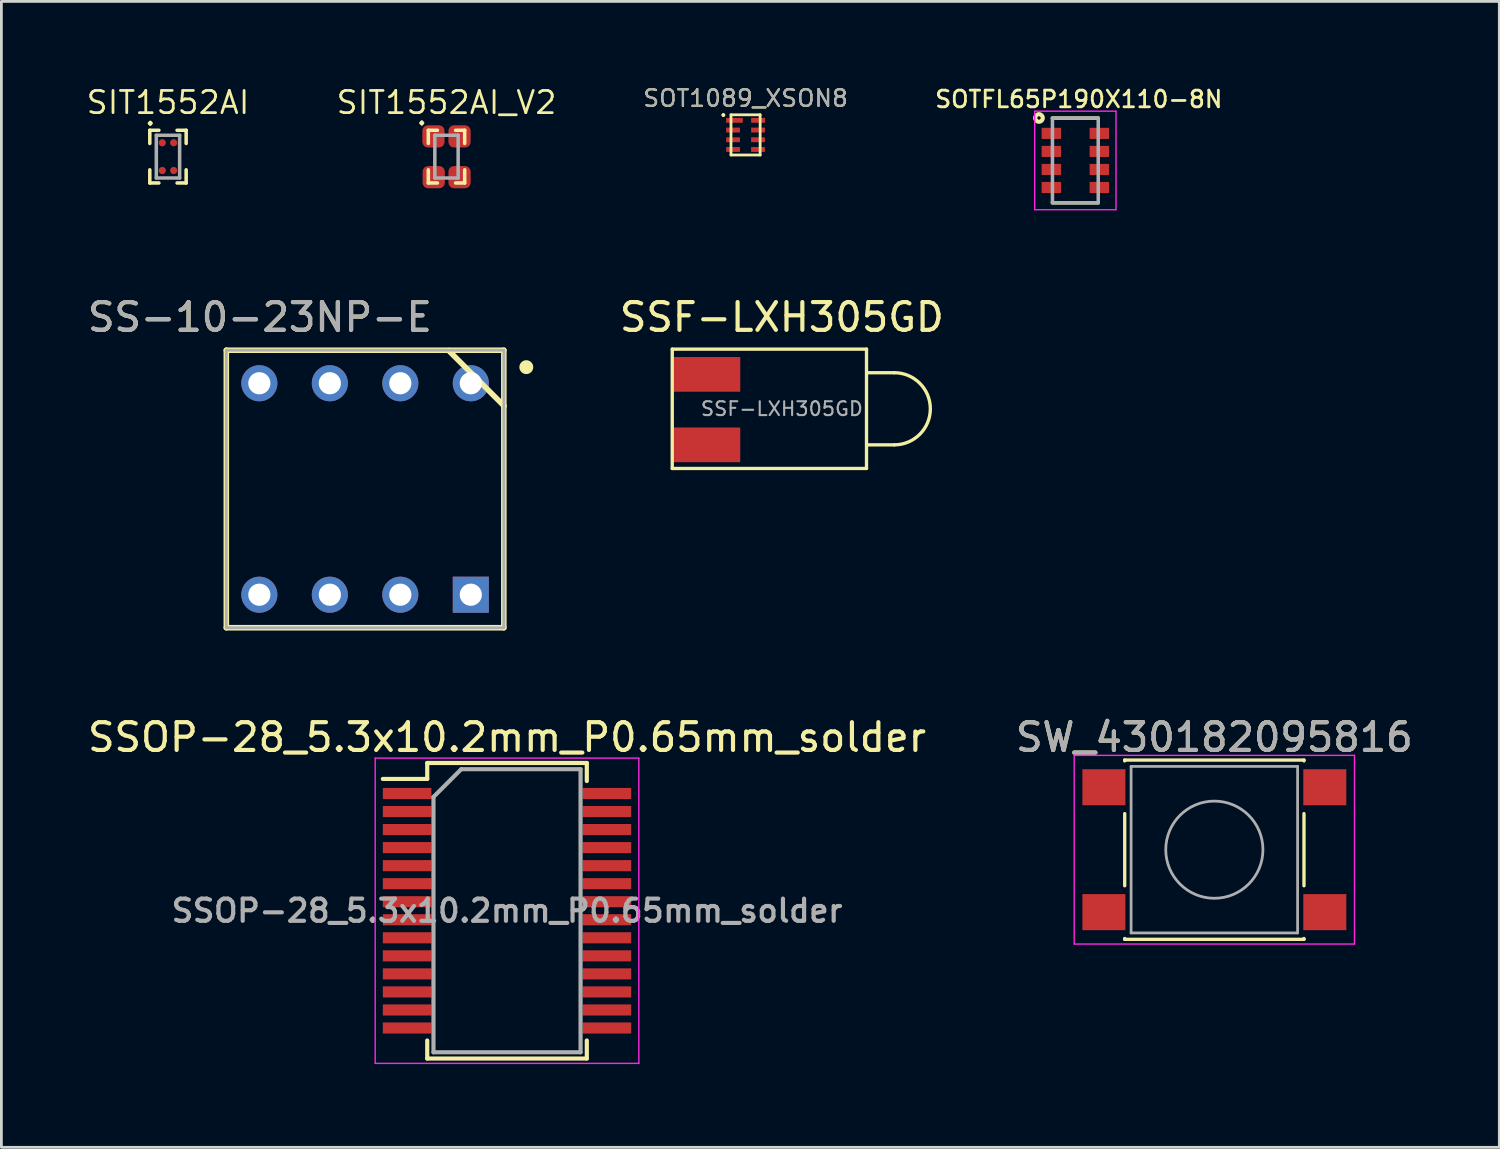
<source format=kicad_pcb>
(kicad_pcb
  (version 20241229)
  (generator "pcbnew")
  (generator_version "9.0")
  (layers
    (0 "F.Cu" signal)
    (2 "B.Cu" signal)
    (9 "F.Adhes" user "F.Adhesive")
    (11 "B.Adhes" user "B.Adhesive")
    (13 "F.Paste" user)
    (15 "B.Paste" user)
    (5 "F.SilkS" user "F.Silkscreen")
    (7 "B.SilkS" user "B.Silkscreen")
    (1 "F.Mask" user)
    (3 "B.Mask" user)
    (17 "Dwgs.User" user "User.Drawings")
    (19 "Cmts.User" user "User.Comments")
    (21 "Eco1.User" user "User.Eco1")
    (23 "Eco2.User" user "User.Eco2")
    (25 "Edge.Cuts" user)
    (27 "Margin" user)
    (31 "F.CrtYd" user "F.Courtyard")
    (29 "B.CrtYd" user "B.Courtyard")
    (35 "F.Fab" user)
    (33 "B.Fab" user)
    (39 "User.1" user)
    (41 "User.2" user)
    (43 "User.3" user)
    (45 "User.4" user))
  (footprint "SSF-LXH305GD"
    (layer "F.Cu")
    (at 25.124 11.68)
    (property "Reference" "SSF-LXH305GD" (at 0 -3.3 0) (layer "F.SilkS") (effects (font (size 1 1) (thickness 0.15))))
    (attr smd)
    (fp_line (start -3.95 -2.15) (end 3.05 -2.15) (stroke (width 0.12) (type solid)) (layer "F.SilkS"))
    (fp_line (start -3.95 2.15) (end -3.95 -2.15) (stroke (width 0.12) (type solid)) (layer "F.SilkS"))
    (fp_line (start -3.95 2.15) (end 3.05 2.15) (stroke (width 0.12) (type solid)) (layer "F.SilkS"))
    (fp_line (start 3.05 2.15) (end 3.05 -2.15) (stroke (width 0.12) (type solid)) (layer "F.SilkS"))
    (fp_line (start 4.05 -1.3) (end 3.1 -1.3) (stroke (width 0.12) (type solid)) (layer "F.SilkS"))
    (fp_line (start 4.05 1.3) (end 3.1 1.3) (stroke (width 0.12) (type solid)) (layer "F.SilkS"))
    (fp_arc (start 4.05 -1.3) (mid 5.35 0) (end 4.05 1.3) (stroke (width 0.12) (type solid)) (layer "F.SilkS"))
    (fp_text user "${REFERENCE}" (at 0 0 0) (layer "F.Fab") (effects (font (size 0.5 0.5) (thickness 0.075))))
    (pad "1" smd rect (at -2.7 -1.24 90) (size 1.25 2.4) (layers "F.Cu" "F.Mask" "F.Paste"))
    (pad "2" smd rect (at -2.7 1.3) (size 2.4 1.25) (layers "F.Cu" "F.Mask" "F.Paste")))
  (footprint "SW_430182095816"
    (layer "F.Cu")
    (at 40.708 27.568)
    (property "Reference" "SW_430182095816" (at 0 -4.05 0) (layer "F.SilkS") (effects (font (size 1 1) (thickness 0.15))))
    (attr smd)
    (fp_line (start -3.23 -3.23) (end 3.23 -3.23) (stroke (width 0.12) (type solid)) (layer "F.SilkS"))
    (fp_line (start -3.23 -3.2) (end -3.23 -3.23) (stroke (width 0.12) (type solid)) (layer "F.SilkS"))
    (fp_line (start -3.23 -1.3) (end -3.23 1.3) (stroke (width 0.12) (type solid)) (layer "F.SilkS"))
    (fp_line (start -3.23 3.23) (end -3.23 3.2) (stroke (width 0.12) (type solid)) (layer "F.SilkS"))
    (fp_line (start -3.23 3.23) (end 3.23 3.23) (stroke (width 0.12) (type solid)) (layer "F.SilkS"))
    (fp_line (start 3.23 -3.23) (end 3.23 -3.2) (stroke (width 0.12) (type solid)) (layer "F.SilkS"))
    (fp_line (start 3.23 -1.3) (end 3.23 1.3) (stroke (width 0.12) (type solid)) (layer "F.SilkS"))
    (fp_line (start 3.23 3.23) (end 3.23 3.2) (stroke (width 0.12) (type solid)) (layer "F.SilkS"))
    (fp_line (start -5.05 -3.4) (end -5.05 3.4) (stroke (width 0.05) (type solid)) (layer "F.CrtYd"))
    (fp_line (start -5.05 -3.4) (end 5.05 -3.4) (stroke (width 0.05) (type solid)) (layer "F.CrtYd"))
    (fp_line (start -5.05 3.4) (end 5.05 3.4) (stroke (width 0.05) (type solid)) (layer "F.CrtYd"))
    (fp_line (start 5.05 3.4) (end 5.05 -3.4) (stroke (width 0.05) (type solid)) (layer "F.CrtYd"))
    (fp_line (start -3 -3) (end -3 3) (stroke (width 0.1) (type solid)) (layer "F.Fab"))
    (fp_line (start -3 3) (end 3 3) (stroke (width 0.1) (type solid)) (layer "F.Fab"))
    (fp_line (start 3 -3) (end -3 -3) (stroke (width 0.1) (type solid)) (layer "F.Fab"))
    (fp_line (start 3 3) (end 3 -3) (stroke (width 0.1) (type solid)) (layer "F.Fab"))
    (fp_circle (center 0 0) (end 1.75 -0.05) (stroke (width 0.1) (type solid)) (fill no) (layer "F.Fab"))
    (fp_text user "${REFERENCE}" (at 0 -4.05 0) (layer "F.Fab") (effects (font (size 1 1) (thickness 0.15))))
    (pad "1" smd rect (at -3.98 -2.25) (size 1.55 1.3) (layers "F.Cu" "F.Mask" "F.Paste"))
    (pad "2" smd rect (at -3.98 2.25) (size 1.55 1.3) (layers "F.Cu" "F.Mask" "F.Paste"))
    (pad "3" smd rect (at 3.98 -2.25) (size 1.55 1.3) (layers "F.Cu" "F.Mask" "F.Paste"))
    (pad "4" smd rect (at 3.98 2.25) (size 1.55 1.3) (layers "F.Cu" "F.Mask" "F.Paste")))
  (footprint "SOTFL65P190X110-8N"
    (layer "F.Cu")
    (at 35.699 2.731)
    (property "Reference" "SOTFL65P190X110-8N" (at 0.124 -2.205 0) (layer "F.SilkS") (effects (font (size 0.6 0.6) (thickness 0.1))))
    (attr through_hole)
    (fp_line (start -0.825 -1.525) (end 0.825 -1.525) (stroke (width 0.127) (type solid)) (layer "F.SilkS"))
    (fp_line (start -0.825 1.525) (end 0.825 1.525) (stroke (width 0.127) (type solid)) (layer "F.SilkS"))
    (fp_circle (center -1.31 -1.53) (end -1.25 -1.52) (stroke (width 0.15) (type solid)) (fill no) (layer "F.SilkS"))
    (fp_line (start -1.465 -1.775) (end 1.465 -1.775) (stroke (width 0.05) (type solid)) (layer "F.CrtYd"))
    (fp_line (start -1.465 1.775) (end -1.465 -1.775) (stroke (width 0.05) (type solid)) (layer "F.CrtYd"))
    (fp_line (start 1.465 -1.775) (end 1.465 1.775) (stroke (width 0.05) (type solid)) (layer "F.CrtYd"))
    (fp_line (start 1.465 1.775) (end -1.465 1.775) (stroke (width 0.05) (type solid)) (layer "F.CrtYd"))
    (fp_line (start -0.825 -1.525) (end 0.825 -1.525) (stroke (width 0.127) (type solid)) (layer "F.Fab"))
    (fp_line (start -0.825 1.525) (end -0.825 -1.525) (stroke (width 0.127) (type solid)) (layer "F.Fab"))
    (fp_line (start 0.825 -1.525) (end 0.825 1.525) (stroke (width 0.127) (type solid)) (layer "F.Fab"))
    (fp_line (start 0.825 1.525) (end -0.825 1.525) (stroke (width 0.127) (type solid)) (layer "F.Fab"))
    (pad "1" smd rect (at -0.865 -0.975) (size 0.7 0.4) (layers "F.Cu" "F.Mask" "F.Paste"))
    (pad "2" smd rect (at -0.865 -0.325) (size 0.7 0.4) (layers "F.Cu" "F.Mask" "F.Paste"))
    (pad "3" smd rect (at -0.865 0.325) (size 0.7 0.4) (layers "F.Cu" "F.Mask" "F.Paste"))
    (pad "4" smd rect (at -0.865 0.975) (size 0.7 0.4) (layers "F.Cu" "F.Mask" "F.Paste"))
    (pad "5" smd rect (at 0.865 0.975) (size 0.7 0.4) (layers "F.Cu" "F.Mask" "F.Paste"))
    (pad "6" smd rect (at 0.865 0.325) (size 0.7 0.4) (layers "F.Cu" "F.Mask" "F.Paste"))
    (pad "7" smd rect (at 0.865 -0.325) (size 0.7 0.4) (layers "F.Cu" "F.Mask" "F.Paste"))
    (pad "8" smd rect (at 0.865 -0.975) (size 0.7 0.4) (layers "F.Cu" "F.Mask" "F.Paste")))
  (footprint "SOT1089_XSON8"
    (layer "F.Cu")
    (at 23.816 1.811)
    (property "Reference" "SOT1089_XSON8" (at 0 -1.32 0) (layer "F.SilkS") (effects (font (size 0.6 0.6) (thickness 0.08))))
    (attr smd)
    (fp_line (start -0.525 -0.725) (end -0.525 0.725) (stroke (width 0.1) (type solid)) (layer "F.SilkS"))
    (fp_line (start -0.525 0.725) (end 0.525 0.725) (stroke (width 0.1) (type solid)) (layer "F.SilkS"))
    (fp_line (start 0.525 -0.725) (end -0.525 -0.725) (stroke (width 0.1) (type solid)) (layer "F.SilkS"))
    (fp_line (start 0.525 0.725) (end 0.525 -0.725) (stroke (width 0.1) (type solid)) (layer "F.SilkS"))
    (fp_text user "." (at -0.8 -0.96 0) (unlocked yes) (layer "F.SilkS") (effects (font (size 0.6 0.6) (thickness 0.08))))
    (fp_text user "${REFERENCE}" (at 0 -1.32 0) (layer "F.Fab") (effects (font (size 0.6 0.6) (thickness 0.08))))
    (pad "1" smd rect (at -0.4 -0.525 90) (size 0.175 0.6) (layers "F.Cu" "F.Mask" "F.Paste"))
    (pad "2" smd rect (at -0.45 -0.175 90) (size 0.175 0.5) (layers "F.Cu" "F.Mask" "F.Paste"))
    (pad "3" smd rect (at -0.45 0.175 90) (size 0.175 0.5) (layers "F.Cu" "F.Mask" "F.Paste"))
    (pad "4" smd rect (at -0.45 0.525 90) (size 0.175 0.5) (layers "F.Cu" "F.Mask" "F.Paste"))
    (pad "5" smd rect (at 0.45 0.525 90) (size 0.175 0.5) (layers "F.Cu" "F.Mask" "F.Paste"))
    (pad "6" smd rect (at 0.45 0.175 90) (size 0.175 0.5) (layers "F.Cu" "F.Mask" "F.Paste"))
    (pad "7" smd rect (at 0.45 -0.175 90) (size 0.175 0.5) (layers "F.Cu" "F.Mask" "F.Paste"))
    (pad "8" smd rect (at 0.45 -0.525 90) (size 0.175 0.5) (layers "F.Cu" "F.Mask" "F.Paste")))
  (footprint "SIT1552AI"
    (layer "F.Cu")
    (at 3.003 2.594)
    (property "Reference" "SIT1552AI" (at 0 -1.95 0) (layer "F.SilkS") (effects (font (size 0.8 0.8) (thickness 0.1))))
    (attr smd)
    (fp_circle (center -0.205 -0.5) (end -0.09 -0.5) (stroke (width 0.12) (type solid)) (fill yes) (layer "F.Mask"))
    (fp_circle (center -0.205 0.5) (end -0.09 0.5) (stroke (width 0.12) (type solid)) (fill yes) (layer "F.Mask"))
    (fp_circle (center 0.205 -0.5) (end 0.32 -0.5) (stroke (width 0.12) (type solid)) (fill yes) (layer "F.Mask"))
    (fp_circle (center 0.205 0.5) (end 0.32 0.5) (stroke (width 0.12) (type solid)) (fill yes) (layer "F.Mask"))
    (fp_line (start -0.655 -0.95) (end -0.655 -0.475) (stroke (width 0.127) (type solid)) (layer "F.SilkS"))
    (fp_line (start -0.655 -0.95) (end -0.328 -0.95) (stroke (width 0.127) (type solid)) (layer "F.SilkS"))
    (fp_line (start -0.655 0.95) (end -0.655 0.475) (stroke (width 0.127) (type solid)) (layer "F.SilkS"))
    (fp_line (start -0.655 0.95) (end -0.328 0.95) (stroke (width 0.127) (type solid)) (layer "F.SilkS"))
    (fp_line (start 0.655 -0.95) (end 0.328 -0.95) (stroke (width 0.127) (type solid)) (layer "F.SilkS"))
    (fp_line (start 0.655 -0.95) (end 0.655 -0.475) (stroke (width 0.127) (type solid)) (layer "F.SilkS"))
    (fp_line (start 0.655 0.95) (end 0.328 0.95) (stroke (width 0.127) (type solid)) (layer "F.SilkS"))
    (fp_line (start 0.655 0.95) (end 0.655 0.475) (stroke (width 0.127) (type solid)) (layer "F.SilkS"))
    (fp_line (start -0.42 -0.77) (end 0.42 -0.77) (stroke (width 0.127) (type solid)) (layer "F.Fab"))
    (fp_line (start -0.42 0.77) (end -0.42 -0.77) (stroke (width 0.127) (type solid)) (layer "F.Fab"))
    (fp_line (start -0.42 0.77) (end 0.42 0.77) (stroke (width 0.127) (type solid)) (layer "F.Fab"))
    (fp_line (start 0.42 0.77) (end 0.42 -0.77) (stroke (width 0.127) (type solid)) (layer "F.Fab"))
    (fp_text user "." (at -0.64 -1.53 0) (unlocked yes) (layer "F.SilkS") (effects (font (size 0.8 0.8) (thickness 0.1))))
    (pad "1" smd circle (at -0.205 -0.5 270) (size 0.26 0.26) (layers "F.Cu" "F.Mask" "F.Paste"))
    (pad "2" smd circle (at -0.205 0.5 270) (size 0.26 0.26) (layers "F.Cu" "F.Mask" "F.Paste"))
    (pad "3" smd circle (at 0.205 0.5 270) (size 0.26 0.26) (layers "F.Cu" "F.Mask" "F.Paste"))
    (pad "4" smd circle (at 0.205 -0.5 270) (size 0.26 0.26) (layers "F.Cu" "F.Mask" "F.Paste")))
  (footprint "SSOP-28_5.3x10.2mm_P0.65mm_solder"
    (layer "F.Cu")
    (at 15.22 29.768)
    (property "Reference" "SSOP-28_5.3x10.2mm_P0.65mm_solder" (at 0 -6.25 0) (layer "F.SilkS") (effects (font (size 1 1) (thickness 0.15))))
    (attr smd)
    (fp_line (start -2.875 -5.325) (end -2.875 -4.75) (stroke (width 0.15) (type solid)) (layer "F.SilkS"))
    (fp_line (start -2.875 -5.325) (end 2.875 -5.325) (stroke (width 0.15) (type solid)) (layer "F.SilkS"))
    (fp_line (start -2.875 -4.75) (end -4.475 -4.75) (stroke (width 0.15) (type solid)) (layer "F.SilkS"))
    (fp_line (start -2.875 5.325) (end -2.875 4.675) (stroke (width 0.15) (type solid)) (layer "F.SilkS"))
    (fp_line (start -2.875 5.325) (end 2.875 5.325) (stroke (width 0.15) (type solid)) (layer "F.SilkS"))
    (fp_line (start 2.875 -5.325) (end 2.875 -4.675) (stroke (width 0.15) (type solid)) (layer "F.SilkS"))
    (fp_line (start 2.875 5.325) (end 2.875 4.675) (stroke (width 0.15) (type solid)) (layer "F.SilkS"))
    (fp_line (start -4.75 -5.5) (end -4.75 5.5) (stroke (width 0.05) (type solid)) (layer "F.CrtYd"))
    (fp_line (start -4.75 -5.5) (end 4.75 -5.5) (stroke (width 0.05) (type solid)) (layer "F.CrtYd"))
    (fp_line (start -4.75 5.5) (end 4.75 5.5) (stroke (width 0.05) (type solid)) (layer "F.CrtYd"))
    (fp_line (start 4.75 -5.5) (end 4.75 5.5) (stroke (width 0.05) (type solid)) (layer "F.CrtYd"))
    (fp_line (start -2.65 -4.1) (end -1.65 -5.1) (stroke (width 0.15) (type solid)) (layer "F.Fab"))
    (fp_line (start -2.65 5.1) (end -2.65 -4.1) (stroke (width 0.15) (type solid)) (layer "F.Fab"))
    (fp_line (start -1.65 -5.1) (end 2.65 -5.1) (stroke (width 0.15) (type solid)) (layer "F.Fab"))
    (fp_line (start 2.65 -5.1) (end 2.65 5.1) (stroke (width 0.15) (type solid)) (layer "F.Fab"))
    (fp_line (start 2.65 5.1) (end -2.65 5.1) (stroke (width 0.15) (type solid)) (layer "F.Fab"))
    (fp_text user "${REFERENCE}" (at 0 0 0) (layer "F.Fab") (effects (font (size 0.8 0.8) (thickness 0.15))))
    (pad "1" smd rect (at -3.6 -4.225) (size 1.75 0.4) (layers "F.Cu" "F.Mask" "F.Paste"))
    (pad "2" smd rect (at -3.6 -3.575) (size 1.75 0.4) (layers "F.Cu" "F.Mask" "F.Paste"))
    (pad "3" smd rect (at -3.6 -2.925) (size 1.75 0.4) (layers "F.Cu" "F.Mask" "F.Paste"))
    (pad "4" smd rect (at -3.6 -2.275) (size 1.75 0.4) (layers "F.Cu" "F.Mask" "F.Paste"))
    (pad "5" smd rect (at -3.6 -1.625) (size 1.75 0.4) (layers "F.Cu" "F.Mask" "F.Paste"))
    (pad "6" smd rect (at -3.6 -0.975) (size 1.75 0.4) (layers "F.Cu" "F.Mask" "F.Paste"))
    (pad "7" smd rect (at -3.6 -0.325) (size 1.75 0.4) (layers "F.Cu" "F.Mask" "F.Paste"))
    (pad "8" smd rect (at -3.6 0.325) (size 1.75 0.4) (layers "F.Cu" "F.Mask" "F.Paste"))
    (pad "9" smd rect (at -3.6 0.975) (size 1.75 0.4) (layers "F.Cu" "F.Mask" "F.Paste"))
    (pad "10" smd rect (at -3.6 1.625) (size 1.75 0.4) (layers "F.Cu" "F.Mask" "F.Paste"))
    (pad "11" smd rect (at -3.6 2.275) (size 1.75 0.4) (layers "F.Cu" "F.Mask" "F.Paste"))
    (pad "12" smd rect (at -3.6 2.925) (size 1.75 0.4) (layers "F.Cu" "F.Mask" "F.Paste"))
    (pad "13" smd rect (at -3.6 3.575) (size 1.75 0.4) (layers "F.Cu" "F.Mask" "F.Paste"))
    (pad "14" smd rect (at -3.6 4.225) (size 1.75 0.4) (layers "F.Cu" "F.Mask" "F.Paste"))
    (pad "15" smd rect (at 3.6 4.225) (size 1.75 0.4) (layers "F.Cu" "F.Mask" "F.Paste"))
    (pad "16" smd rect (at 3.6 3.575) (size 1.75 0.4) (layers "F.Cu" "F.Mask" "F.Paste"))
    (pad "17" smd rect (at 3.6 2.925) (size 1.75 0.4) (layers "F.Cu" "F.Mask" "F.Paste"))
    (pad "18" smd rect (at 3.6 2.275) (size 1.75 0.4) (layers "F.Cu" "F.Mask" "F.Paste"))
    (pad "19" smd rect (at 3.6 1.625) (size 1.75 0.4) (layers "F.Cu" "F.Mask" "F.Paste"))
    (pad "20" smd rect (at 3.6 0.975) (size 1.75 0.4) (layers "F.Cu" "F.Mask" "F.Paste"))
    (pad "21" smd rect (at 3.6 0.325) (size 1.75 0.4) (layers "F.Cu" "F.Mask" "F.Paste"))
    (pad "22" smd rect (at 3.6 -0.325) (size 1.75 0.4) (layers "F.Cu" "F.Mask" "F.Paste"))
    (pad "23" smd rect (at 3.6 -0.975) (size 1.75 0.4) (layers "F.Cu" "F.Mask" "F.Paste"))
    (pad "24" smd rect (at 3.6 -1.625) (size 1.75 0.4) (layers "F.Cu" "F.Mask" "F.Paste"))
    (pad "25" smd rect (at 3.6 -2.275) (size 1.75 0.4) (layers "F.Cu" "F.Mask" "F.Paste"))
    (pad "26" smd rect (at 3.6 -2.925) (size 1.75 0.4) (layers "F.Cu" "F.Mask" "F.Paste"))
    (pad "27" smd rect (at 3.6 -3.575) (size 1.75 0.4) (layers "F.Cu" "F.Mask" "F.Paste"))
    (pad "28" smd rect (at 3.6 -4.225) (size 1.75 0.4) (layers "F.Cu" "F.Mask" "F.Paste")))
  (footprint "SS-10-23NP-E"
    (layer "F.Cu")
    (at 13.915 18.38)
    (property "Reference" "SS-10-23NP-E" (at -7.6 -10 0) (layer "F.SilkS") (effects (font (size 1 1) (thickness 0.15))))
    (attr through_hole)
    (fp_line (start -8.81 -8.81) (end -8.81 1.19) (stroke (width 0.2) (type solid)) (layer "F.SilkS"))
    (fp_line (start -8.81 1.19) (end 1.19 1.19) (stroke (width 0.2) (type solid)) (layer "F.SilkS"))
    (fp_line (start -0.8 -8.8) (end 1.2 -6.8) (stroke (width 0.2) (type solid)) (layer "F.SilkS"))
    (fp_line (start 1.19 -8.81) (end -8.81 -8.81) (stroke (width 0.2) (type solid)) (layer "F.SilkS"))
    (fp_line (start 1.19 1.19) (end 1.19 -8.81) (stroke (width 0.2) (type solid)) (layer "F.SilkS"))
    (fp_line (start 2 -8.2) (end 2 -8.2) (stroke (width 0.5) (type solid)) (layer "F.SilkS"))
    (fp_line (start -8.81 -8.81) (end -8.81 1.19) (stroke (width 0.1) (type solid)) (layer "F.Fab"))
    (fp_line (start -8.81 1.19) (end 1.19 1.19) (stroke (width 0.1) (type solid)) (layer "F.Fab"))
    (fp_line (start 1.19 -8.81) (end -8.81 -8.81) (stroke (width 0.1) (type solid)) (layer "F.Fab"))
    (fp_line (start 1.19 1.19) (end 1.19 -8.81) (stroke (width 0.1) (type solid)) (layer "F.Fab"))
    (fp_text user "${REFERENCE}" (at -7.6 -10 0) (layer "F.Fab") (effects (font (size 1 1) (thickness 0.15))))
    (pad "A1" thru_hole rect (at 0 0) (size 1.3 1.3) (drill 0.8) (layers "*.Cu" "*.Mask"))
    (pad "A2" thru_hole circle (at -5.08 0) (size 1.3 1.3) (drill 0.8) (layers "*.Cu" "*.Mask"))
    (pad "A3" thru_hole circle (at -7.62 0) (size 1.3 1.3) (drill 0.8) (layers "*.Cu" "*.Mask"))
    (pad "B1" thru_hole circle (at -7.62 -7.62) (size 1.3 1.3) (drill 0.8) (layers "*.Cu" "*.Mask"))
    (pad "B2" thru_hole circle (at -2.54 -7.62) (size 1.3 1.3) (drill 0.8) (layers "*.Cu" "*.Mask"))
    (pad "B3" thru_hole circle (at 0 -7.62) (size 1.3 1.3) (drill 0.8) (layers "*.Cu" "*.Mask"))
    (pad "C1" thru_hole circle (at -2.54 0) (size 1.3 1.3) (drill 0.8) (layers "*.Cu" "*.Mask"))
    (pad "C2" thru_hole circle (at -5.08 -7.62) (size 1.3 1.3) (drill 0.8) (layers "*.Cu" "*.Mask")))
  (footprint "SIT1552AI_V2"
    (layer "F.Cu")
    (at 13.039 2.594)
    (property "Reference" "SIT1552AI_V2" (at 0 -1.95 0) (layer "F.SilkS") (effects (font (size 0.8 0.8) (thickness 0.1))))
    (attr smd)
    (fp_line (start -0.655 -0.95) (end -0.655 -0.475) (stroke (width 0.127) (type solid)) (layer "F.SilkS"))
    (fp_line (start -0.655 -0.95) (end -0.328 -0.95) (stroke (width 0.127) (type solid)) (layer "F.SilkS"))
    (fp_line (start -0.655 0.95) (end -0.655 0.475) (stroke (width 0.127) (type solid)) (layer "F.SilkS"))
    (fp_line (start -0.655 0.95) (end -0.328 0.95) (stroke (width 0.127) (type solid)) (layer "F.SilkS"))
    (fp_line (start 0.655 -0.95) (end 0.328 -0.95) (stroke (width 0.127) (type solid)) (layer "F.SilkS"))
    (fp_line (start 0.655 -0.95) (end 0.655 -0.475) (stroke (width 0.127) (type solid)) (layer "F.SilkS"))
    (fp_line (start 0.655 0.95) (end 0.328 0.95) (stroke (width 0.127) (type solid)) (layer "F.SilkS"))
    (fp_line (start 0.655 0.95) (end 0.655 0.475) (stroke (width 0.127) (type solid)) (layer "F.SilkS"))
    (fp_line (start -0.42 -0.77) (end 0.42 -0.77) (stroke (width 0.127) (type solid)) (layer "F.Fab"))
    (fp_line (start -0.42 0.77) (end -0.42 -0.77) (stroke (width 0.127) (type solid)) (layer "F.Fab"))
    (fp_line (start -0.42 0.77) (end 0.42 0.77) (stroke (width 0.127) (type solid)) (layer "F.Fab"))
    (fp_line (start 0.42 0.77) (end 0.42 -0.77) (stroke (width 0.127) (type solid)) (layer "F.Fab"))
    (fp_text user "." (at -0.89 -1.54 0) (unlocked yes) (layer "F.SilkS") (effects (font (size 0.8 0.8) (thickness 0.1))))
    (pad "1" smd roundrect (at -0.47 -0.73 270) (size 0.8 0.8) (layers "F.Cu" "F.Mask" "F.Paste") (roundrect_rratio 0.25))
    (pad "2" smd roundrect (at -0.46 0.74 270) (size 0.8 0.8) (layers "F.Cu" "F.Mask" "F.Paste") (roundrect_rratio 0.25))
    (pad "3" smd roundrect (at 0.47 0.74 270) (size 0.8 0.8) (layers "F.Cu" "F.Mask" "F.Paste") (roundrect_rratio 0.25))
    (pad "4" smd roundrect (at 0.47 -0.73 270) (size 0.8 0.8) (layers "F.Cu" "F.Mask" "F.Paste") (roundrect_rratio 0.25)))
  (gr_rect
    (start -3 -3)
    (end 50.976 38.293)
    (stroke (width 0.1) (type default))
    (fill no)
    (layer "Edge.Cuts")))
</source>
